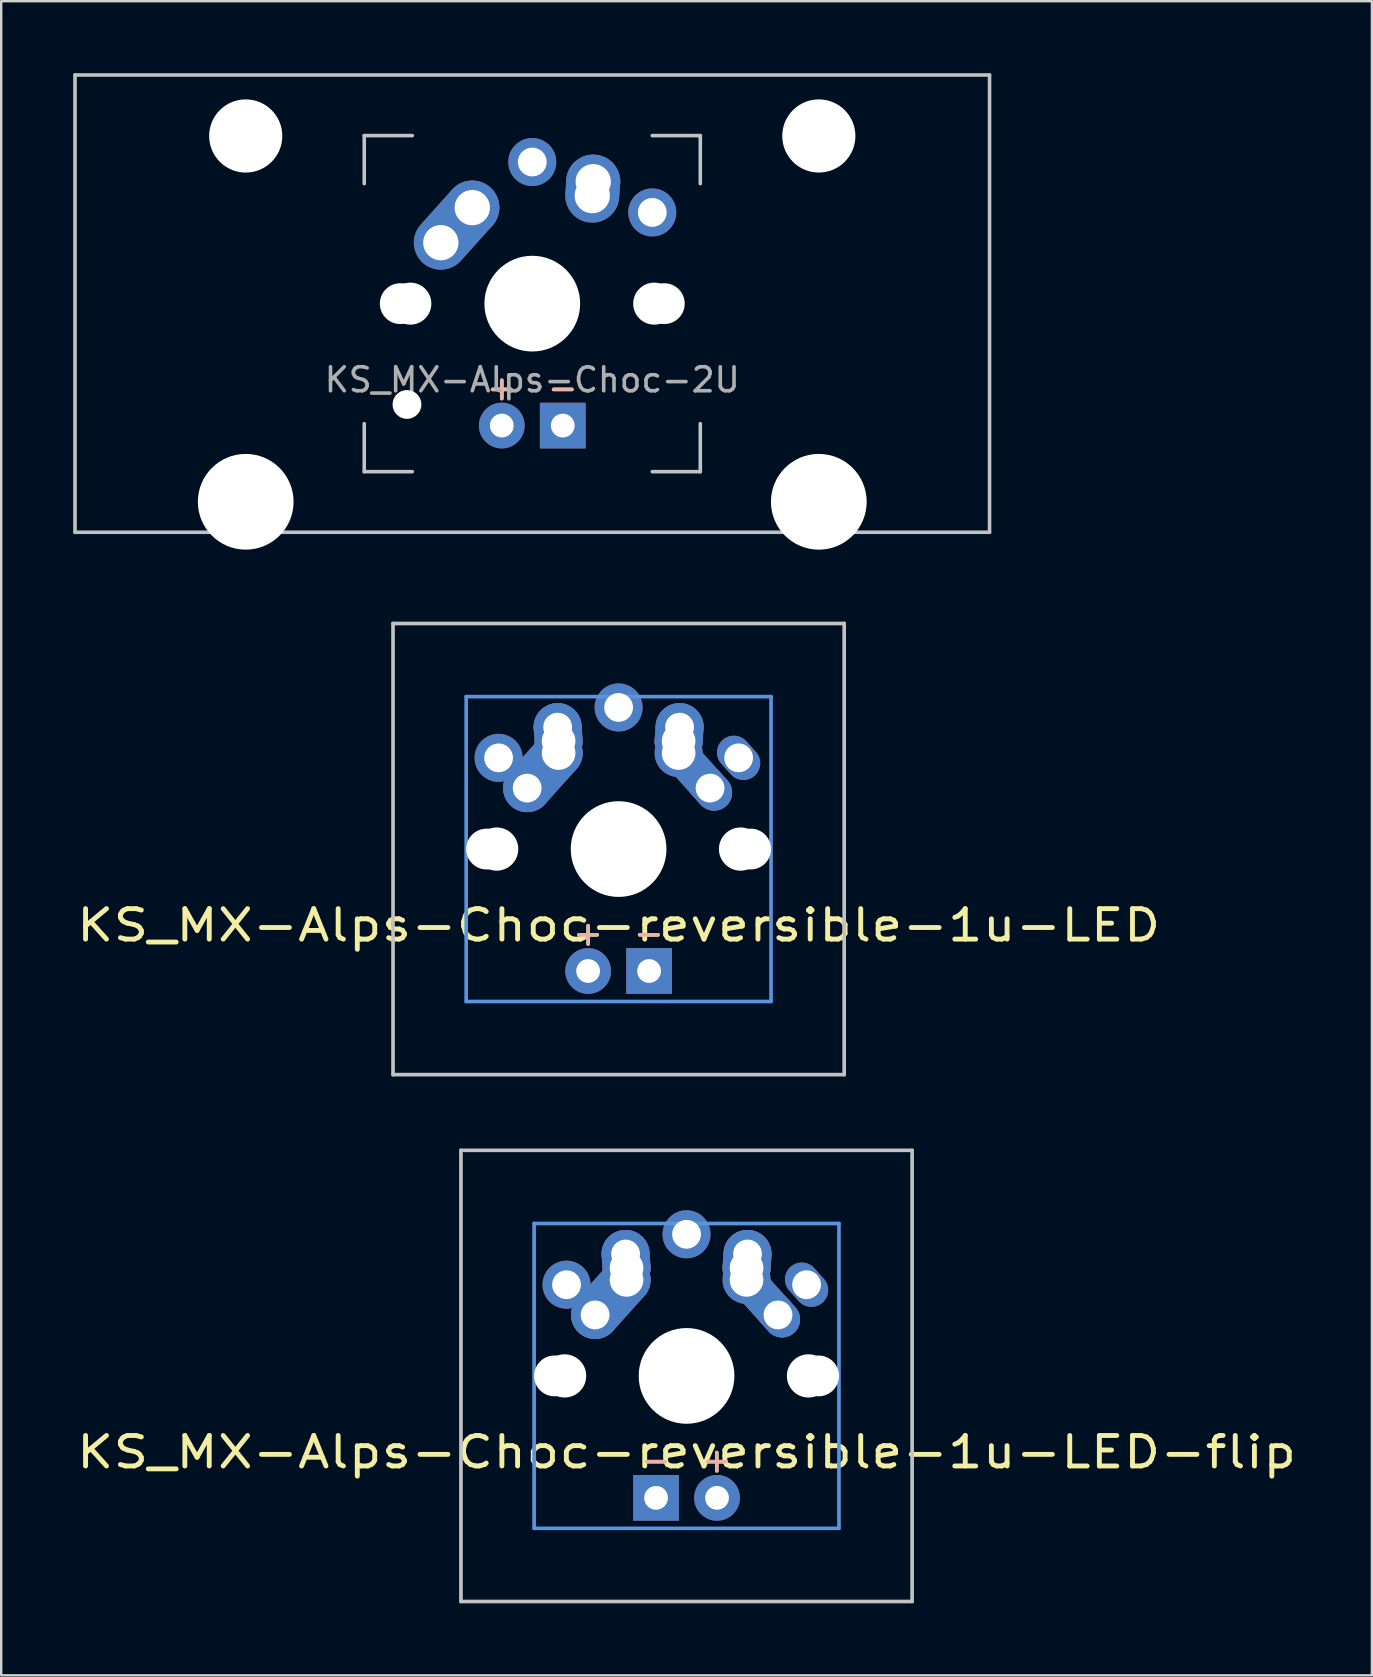
<source format=kicad_pcb>
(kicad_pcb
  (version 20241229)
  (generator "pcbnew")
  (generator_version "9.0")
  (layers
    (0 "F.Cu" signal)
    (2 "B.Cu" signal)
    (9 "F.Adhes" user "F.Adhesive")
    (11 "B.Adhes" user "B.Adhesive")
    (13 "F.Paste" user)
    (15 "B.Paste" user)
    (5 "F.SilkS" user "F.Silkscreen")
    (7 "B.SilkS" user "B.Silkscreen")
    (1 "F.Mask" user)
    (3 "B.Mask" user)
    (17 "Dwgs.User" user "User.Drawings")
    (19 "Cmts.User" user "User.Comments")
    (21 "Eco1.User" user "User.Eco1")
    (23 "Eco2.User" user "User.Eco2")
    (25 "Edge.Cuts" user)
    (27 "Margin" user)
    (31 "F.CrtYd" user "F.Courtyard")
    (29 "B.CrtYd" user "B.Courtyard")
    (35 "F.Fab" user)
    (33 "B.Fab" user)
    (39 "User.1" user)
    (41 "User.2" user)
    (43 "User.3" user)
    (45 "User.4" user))
  (footprint "KS_MX-Alps-Choc-2U"
    (layer "F.Cu")
    (at 19.125 9.6)
    (property "Reference" "KS_MX-Alps-Choc-2U" (at 0 3.175 0) (layer "F.Fab") (effects (font (size 1 1) (thickness 0.15))))
    (attr through_hole)
    (fp_line (start -19.05 -9.525) (end 19.05 -9.525) (stroke (width 0.15) (type solid)) (layer "Dwgs.User"))
    (fp_line (start -19.05 9.525) (end -19.05 -9.525) (stroke (width 0.15) (type solid)) (layer "Dwgs.User"))
    (fp_line (start -7 -7) (end -7 -5) (stroke (width 0.15) (type solid)) (layer "Dwgs.User"))
    (fp_line (start -7 5) (end -7 7) (stroke (width 0.15) (type solid)) (layer "Dwgs.User"))
    (fp_line (start -7 7) (end -5 7) (stroke (width 0.15) (type solid)) (layer "Dwgs.User"))
    (fp_line (start -5 -7) (end -7 -7) (stroke (width 0.15) (type solid)) (layer "Dwgs.User"))
    (fp_line (start 5 -7) (end 7 -7) (stroke (width 0.15) (type solid)) (layer "Dwgs.User"))
    (fp_line (start 5 7) (end 7 7) (stroke (width 0.15) (type solid)) (layer "Dwgs.User"))
    (fp_line (start 7 -7) (end 7 -5) (stroke (width 0.15) (type solid)) (layer "Dwgs.User"))
    (fp_line (start 7 7) (end 7 5) (stroke (width 0.15) (type solid)) (layer "Dwgs.User"))
    (fp_line (start 19.05 -9.525) (end 19.05 9.525) (stroke (width 0.15) (type solid)) (layer "Dwgs.User"))
    (fp_line (start 19.05 9.525) (end -19.05 9.525) (stroke (width 0.15) (type solid)) (layer "Dwgs.User"))
    (fp_text user "+" (at -1.27 3.5 0) (layer "F.SilkS") (effects (font (size 1 1) (thickness 0.15))))
    (fp_text user "-" (at 1.27 3.5 0) (layer "F.SilkS") (effects (font (size 1 1) (thickness 0.15))))
    (fp_text user "+" (at -1.27 3.5 0) (layer "B.SilkS") (effects (font (size 1 1) (thickness 0.15))))
    (fp_text user "-" (at 1.27 3.5 0) (layer "B.SilkS") (effects (font (size 1 1) (thickness 0.15))))
    (pad "" np_thru_hole circle (at -11.938 -6.985) (size 3.048 3.048) (drill 3.048) (layers "*.Cu" "*.Mask"))
    (pad "" np_thru_hole circle (at -11.938 8.255) (size 3.988 3.988) (drill 3.988) (layers "*.Cu" "*.Mask"))
    (pad "" np_thru_hole circle (at -5.5 0 48.1) (size 1.7 1.7) (drill 1.7) (layers "*.Cu" "*.Mask"))
    (pad "" np_thru_hole circle (at -5.22 4.2 48.1) (size 1.2 1.2) (drill 1.2) (layers "*.Cu" "*.Mask"))
    (pad "" np_thru_hole circle (at -5.08 0 48.1) (size 1.75 1.75) (drill 1.75) (layers "*.Cu" "*.Mask"))
    (pad "" np_thru_hole circle (at 0 0) (size 3.988 3.988) (drill 3.988) (layers "*.Cu" "*.Mask"))
    (pad "" np_thru_hole circle (at 5.08 0 48.1) (size 1.75 1.75) (drill 1.75) (layers "*.Cu" "*.Mask"))
    (pad "" np_thru_hole circle (at 5.5 0 48.1) (size 1.7 1.7) (drill 1.7) (layers "*.Cu" "*.Mask"))
    (pad "" np_thru_hole circle (at 11.938 -6.985) (size 3.048 3.048) (drill 3.048) (layers "*.Cu" "*.Mask"))
    (pad "" np_thru_hole circle (at 11.938 8.255) (size 3.988 3.988) (drill 3.988) (layers "*.Cu" "*.Mask"))
    (pad "1" thru_hole oval (at -3.81 -2.54 48.1) (size 4.212 2.25) (drill 1.47 (offset 0.981 0)) (layers "*.Cu" "*.Mask"))
    (pad "1" thru_hole circle (at -2.5 -4) (size 2.25 2.25) (drill 1.47) (layers "*.Cu" "*.Mask"))
    (pad "1" thru_hole circle (at 0 -5.9) (size 2 2) (drill 1.2) (layers "*.Cu" "*.Mask"))
    (pad "2" thru_hole oval (at 2.5 -4.5 86.1) (size 2.831 2.25) (drill 1.47 (offset 0.291 0)) (layers "*.Cu" "*.Mask"))
    (pad "2" thru_hole circle (at 2.54 -5.08) (size 2.25 2.25) (drill 1.47) (layers "*.Cu" "*.Mask"))
    (pad "2" thru_hole circle (at 5 -3.8) (size 2 2) (drill 1.2) (layers "*.Cu" "*.Mask"))
    (pad "3" thru_hole circle (at -1.27 5.08) (size 1.905 1.905) (drill 0.991) (layers "*.Cu" "*.Mask"))
    (pad "4" thru_hole rect (at 1.27 5.08) (size 1.905 1.905) (drill 0.991) (layers "*.Cu" "*.Mask")))
  (footprint "KS_MX-Alps-Choc-reversible-1u-LED"
    (layer "F.Cu")
    (at 22.722 32.323)
    (property "Reference" "KS_MX-Alps-Choc-reversible-1u-LED" (at 0 3.175 0) (layer "F.SilkS") (effects (font (size 1.27 1.524) (thickness 0.203))))
    (attr through_hole)
    (fp_line (start -9.398 -9.398) (end 9.398 -9.398) (stroke (width 0.152) (type solid)) (layer "Dwgs.User"))
    (fp_line (start -9.398 9.398) (end -9.398 -9.398) (stroke (width 0.152) (type solid)) (layer "Dwgs.User"))
    (fp_line (start 9.398 -9.398) (end 9.398 9.398) (stroke (width 0.152) (type solid)) (layer "Dwgs.User"))
    (fp_line (start 9.398 9.398) (end -9.398 9.398) (stroke (width 0.152) (type solid)) (layer "Dwgs.User"))
    (fp_line (start -6.35 -6.35) (end 6.35 -6.35) (stroke (width 0.152) (type solid)) (layer "Cmts.User"))
    (fp_line (start -6.35 6.35) (end -6.35 -6.35) (stroke (width 0.152) (type solid)) (layer "Cmts.User"))
    (fp_line (start 6.35 -6.35) (end 6.35 6.35) (stroke (width 0.152) (type solid)) (layer "Cmts.User"))
    (fp_line (start 6.35 6.35) (end -6.35 6.35) (stroke (width 0.152) (type solid)) (layer "Cmts.User"))
    (fp_line (start -6.985 -6.985) (end 6.985 -6.985) (stroke (width 0.152) (type solid)) (layer "Eco2.User"))
    (fp_line (start -6.985 6.985) (end -6.985 -6.985) (stroke (width 0.152) (type solid)) (layer "Eco2.User"))
    (fp_line (start 6.985 -6.985) (end 6.985 6.985) (stroke (width 0.152) (type solid)) (layer "Eco2.User"))
    (fp_line (start 6.985 6.985) (end -6.985 6.985) (stroke (width 0.152) (type solid)) (layer "Eco2.User"))
    (fp_text user "-" (at 1.26 3.5 0) (layer "F.SilkS") (effects (font (size 1 1) (thickness 0.15))))
    (fp_text user "+" (at -1.27 3.5 0) (layer "F.SilkS") (effects (font (size 1 1) (thickness 0.15))))
    (fp_text user "+" (at -1.27 3.5 0) (layer "B.SilkS") (effects (font (size 1 1) (thickness 0.15)) (justify mirror)))
    (fp_text user "-" (at 1.26 3.5 0) (layer "B.SilkS") (effects (font (size 1 1) (thickness 0.15)) (justify mirror)))
    (pad "" np_thru_hole circle (at -5.5 0) (size 1.7 1.7) (drill 1.7) (layers "*.Cu"))
    (pad "" np_thru_hole circle (at -5.08 0) (size 1.8 1.8) (drill 1.8) (layers "*.Cu"))
    (pad "" np_thru_hole circle (at 0 0) (size 3.988 3.988) (drill 3.988) (layers "*.Cu"))
    (pad "" np_thru_hole circle (at 5.08 0) (size 1.8 1.8) (drill 1.8) (layers "*.Cu"))
    (pad "" np_thru_hole circle (at 5.5 0) (size 1.7 1.7) (drill 1.7) (layers "*.Cu"))
    (pad "1" thru_hole circle (at -5 -3.8 138.1) (size 2 2) (drill 1.2) (layers "*.Cu" "*.Mask"))
    (pad "1" thru_hole circle (at -3.81 -2.54) (size 2 2) (drill oval 1.2) (layers "*.Cu" "*.Mask"))
    (pad "1" smd oval (at -3.155 -3.27 138.1) (size 2 3.962) (layers "F.Cu" "F.Mask" "F.Paste"))
    (pad "1" smd oval (at -3.155 -3.27 138.1) (size 2 3.962) (layers "B.Cu" "B.Mask" "B.Paste"))
    (pad "1" thru_hole circle (at -2.54 -5.08 330.95) (size 2 2) (drill 1.2) (layers "*.Cu" "*.Mask"))
    (pad "1" smd oval (at -2.52 -4.79 3.945) (size 2 2.581) (layers "F.Cu" "F.Mask" "F.Paste"))
    (pad "1" smd oval (at -2.52 -4.79 3.945) (size 2 2.581) (layers "B.Cu" "B.Mask" "B.Paste"))
    (pad "1" thru_hole circle (at -2.5 -4.5 330.95) (size 2 2) (drill 1.4) (layers "*.Cu" "*.Mask"))
    (pad "1" thru_hole circle (at -2.5 -4 330.95) (size 2 2) (drill 1.4) (layers "*.Cu" "*.Mask"))
    (pad "1" thru_hole oval (at 5 -3.8 221.9) (size 1.4 2) (drill 1.2) (layers "*.Cu" "*.Mask"))
    (pad "2" thru_hole circle (at 0 -5.9) (size 2 2) (drill 1.2) (layers "*.Cu" "*.Mask"))
    (pad "2" thru_hole circle (at 2.5 -4.5 330.95) (size 2 2) (drill 1.4) (layers "*.Cu" "*.Mask"))
    (pad "2" thru_hole circle (at 2.5 -4) (size 2 2) (drill 1.4) (layers "*.Cu" "*.Mask"))
    (pad "2" smd oval (at 2.52 -4.79 356.055) (size 2 2.581) (layers "F.Cu" "F.Mask" "F.Paste"))
    (pad "2" smd oval (at 2.52 -4.79 356.055) (size 2 2.581) (layers "B.Cu" "B.Mask" "B.Paste"))
    (pad "2" thru_hole circle (at 2.54 -5.08 330.95) (size 2 2) (drill 1.2) (layers "*.Cu" "*.Mask"))
    (pad "2" smd oval (at 3.155 -3.27 221.9) (size 1.5 3.962) (layers "F.Cu" "F.Mask" "F.Paste"))
    (pad "2" smd oval (at 3.155 -3.27 221.9) (size 1.5 3.962) (layers "B.Cu" "B.Mask" "B.Paste"))
    (pad "2" thru_hole oval (at 3.81 -2.54 311.9) (size 2 1.5) (drill 1.2) (layers "*.Cu" "*.Mask"))
    (pad "3" thru_hole circle (at -1.27 5.08) (size 1.905 1.905) (drill 0.991) (layers "*.Cu" "*.Mask"))
    (pad "4" thru_hole rect (at 1.27 5.08) (size 1.905 1.905) (drill 0.991) (layers "*.Cu" "*.Mask")))
  (footprint "KS_MX-Alps-Choc-reversible-1u-LED-flip"
    (layer "F.Cu")
    (at 25.552 54.272)
    (property "Reference" "KS_MX-Alps-Choc-reversible-1u-LED-flip" (at 0 3.175 0) (layer "F.SilkS") (effects (font (size 1.27 1.524) (thickness 0.203))))
    (attr through_hole)
    (fp_line (start -9.398 -9.398) (end 9.398 -9.398) (stroke (width 0.152) (type solid)) (layer "Dwgs.User"))
    (fp_line (start -9.398 9.398) (end -9.398 -9.398) (stroke (width 0.152) (type solid)) (layer "Dwgs.User"))
    (fp_line (start 9.398 -9.398) (end 9.398 9.398) (stroke (width 0.152) (type solid)) (layer "Dwgs.User"))
    (fp_line (start 9.398 9.398) (end -9.398 9.398) (stroke (width 0.152) (type solid)) (layer "Dwgs.User"))
    (fp_line (start -6.35 -6.35) (end 6.35 -6.35) (stroke (width 0.152) (type solid)) (layer "Cmts.User"))
    (fp_line (start -6.35 6.35) (end -6.35 -6.35) (stroke (width 0.152) (type solid)) (layer "Cmts.User"))
    (fp_line (start 6.35 -6.35) (end 6.35 6.35) (stroke (width 0.152) (type solid)) (layer "Cmts.User"))
    (fp_line (start 6.35 6.35) (end -6.35 6.35) (stroke (width 0.152) (type solid)) (layer "Cmts.User"))
    (fp_line (start -6.985 -6.985) (end 6.985 -6.985) (stroke (width 0.152) (type solid)) (layer "Eco2.User"))
    (fp_line (start -6.985 6.985) (end -6.985 -6.985) (stroke (width 0.152) (type solid)) (layer "Eco2.User"))
    (fp_line (start 6.985 -6.985) (end 6.985 6.985) (stroke (width 0.152) (type solid)) (layer "Eco2.User"))
    (fp_line (start 6.985 6.985) (end -6.985 6.985) (stroke (width 0.152) (type solid)) (layer "Eco2.User"))
    (fp_text user "-" (at -1.27 3.5 0) (layer "F.SilkS") (effects (font (size 1 1) (thickness 0.15))))
    (fp_text user "+" (at 1.26 3.5 0) (layer "F.SilkS") (effects (font (size 1 1) (thickness 0.15))))
    (fp_text user "+" (at 1.26 3.5 0) (layer "B.SilkS") (effects (font (size 1 1) (thickness 0.15)) (justify mirror)))
    (fp_text user "-" (at -1.27 3.5 0) (layer "B.SilkS") (effects (font (size 1 1) (thickness 0.15)) (justify mirror)))
    (pad "" np_thru_hole circle (at -5.5 0) (size 1.7 1.7) (drill 1.7) (layers "*.Cu"))
    (pad "" np_thru_hole circle (at -5.08 0) (size 1.8 1.8) (drill 1.8) (layers "*.Cu"))
    (pad "" np_thru_hole circle (at 0 0) (size 3.988 3.988) (drill 3.988) (layers "*.Cu"))
    (pad "" np_thru_hole circle (at 5.08 0) (size 1.8 1.8) (drill 1.8) (layers "*.Cu"))
    (pad "" np_thru_hole circle (at 5.5 0) (size 1.7 1.7) (drill 1.7) (layers "*.Cu"))
    (pad "1" thru_hole circle (at -5 -3.8 138.1) (size 2 2) (drill 1.2) (layers "*.Cu" "*.Mask"))
    (pad "1" thru_hole circle (at -3.81 -2.54) (size 2 2) (drill oval 1.2) (layers "*.Cu" "*.Mask"))
    (pad "1" smd oval (at -3.155 -3.27 138.1) (size 2 3.962) (layers "F.Cu" "F.Mask" "F.Paste"))
    (pad "1" smd oval (at -3.155 -3.27 138.1) (size 2 3.962) (layers "B.Cu" "B.Mask" "B.Paste"))
    (pad "1" thru_hole circle (at -2.54 -5.08 330.95) (size 2 2) (drill 1.2) (layers "*.Cu" "*.Mask"))
    (pad "1" smd oval (at -2.52 -4.79 3.945) (size 2 2.581) (layers "F.Cu" "F.Mask" "F.Paste"))
    (pad "1" smd oval (at -2.52 -4.79 3.945) (size 2 2.581) (layers "B.Cu" "B.Mask" "B.Paste"))
    (pad "1" thru_hole circle (at -2.5 -4.5 330.95) (size 2 2) (drill 1.4) (layers "*.Cu" "*.Mask"))
    (pad "1" thru_hole circle (at -2.5 -4 330.95) (size 2 2) (drill 1.4) (layers "*.Cu" "*.Mask"))
    (pad "1" thru_hole oval (at 5 -3.8 221.9) (size 1.4 2) (drill 1.2) (layers "*.Cu" "*.Mask"))
    (pad "2" thru_hole circle (at 0 -5.9) (size 2 2) (drill 1.2) (layers "*.Cu" "*.Mask"))
    (pad "2" thru_hole circle (at 2.5 -4.5 330.95) (size 2 2) (drill 1.4) (layers "*.Cu" "*.Mask"))
    (pad "2" thru_hole circle (at 2.5 -4) (size 2 2) (drill 1.4) (layers "*.Cu" "*.Mask"))
    (pad "2" smd oval (at 2.52 -4.79 356.055) (size 2 2.581) (layers "F.Cu" "F.Mask" "F.Paste"))
    (pad "2" smd oval (at 2.52 -4.79 356.055) (size 2 2.581) (layers "B.Cu" "B.Mask" "B.Paste"))
    (pad "2" thru_hole circle (at 2.54 -5.08 330.95) (size 2 2) (drill 1.2) (layers "*.Cu" "*.Mask"))
    (pad "2" smd oval (at 3.155 -3.27 221.9) (size 1.5 3.962) (layers "F.Cu" "F.Mask" "F.Paste"))
    (pad "2" smd oval (at 3.155 -3.27 221.9) (size 1.5 3.962) (layers "B.Cu" "B.Mask" "B.Paste"))
    (pad "2" thru_hole oval (at 3.81 -2.54 311.9) (size 2 1.5) (drill 1.2) (layers "*.Cu" "*.Mask"))
    (pad "3" thru_hole circle (at 1.27 5.08) (size 1.905 1.905) (drill 0.991) (layers "*.Cu" "*.Mask"))
    (pad "4" thru_hole rect (at -1.27 5.08) (size 1.905 1.905) (drill 0.991) (layers "*.Cu" "*.Mask")))
  (gr_rect
    (start -3 -3)
    (end 54.105 66.746)
    (stroke (width 0.1) (type default))
    (fill no)
    (layer "Edge.Cuts")))
</source>
